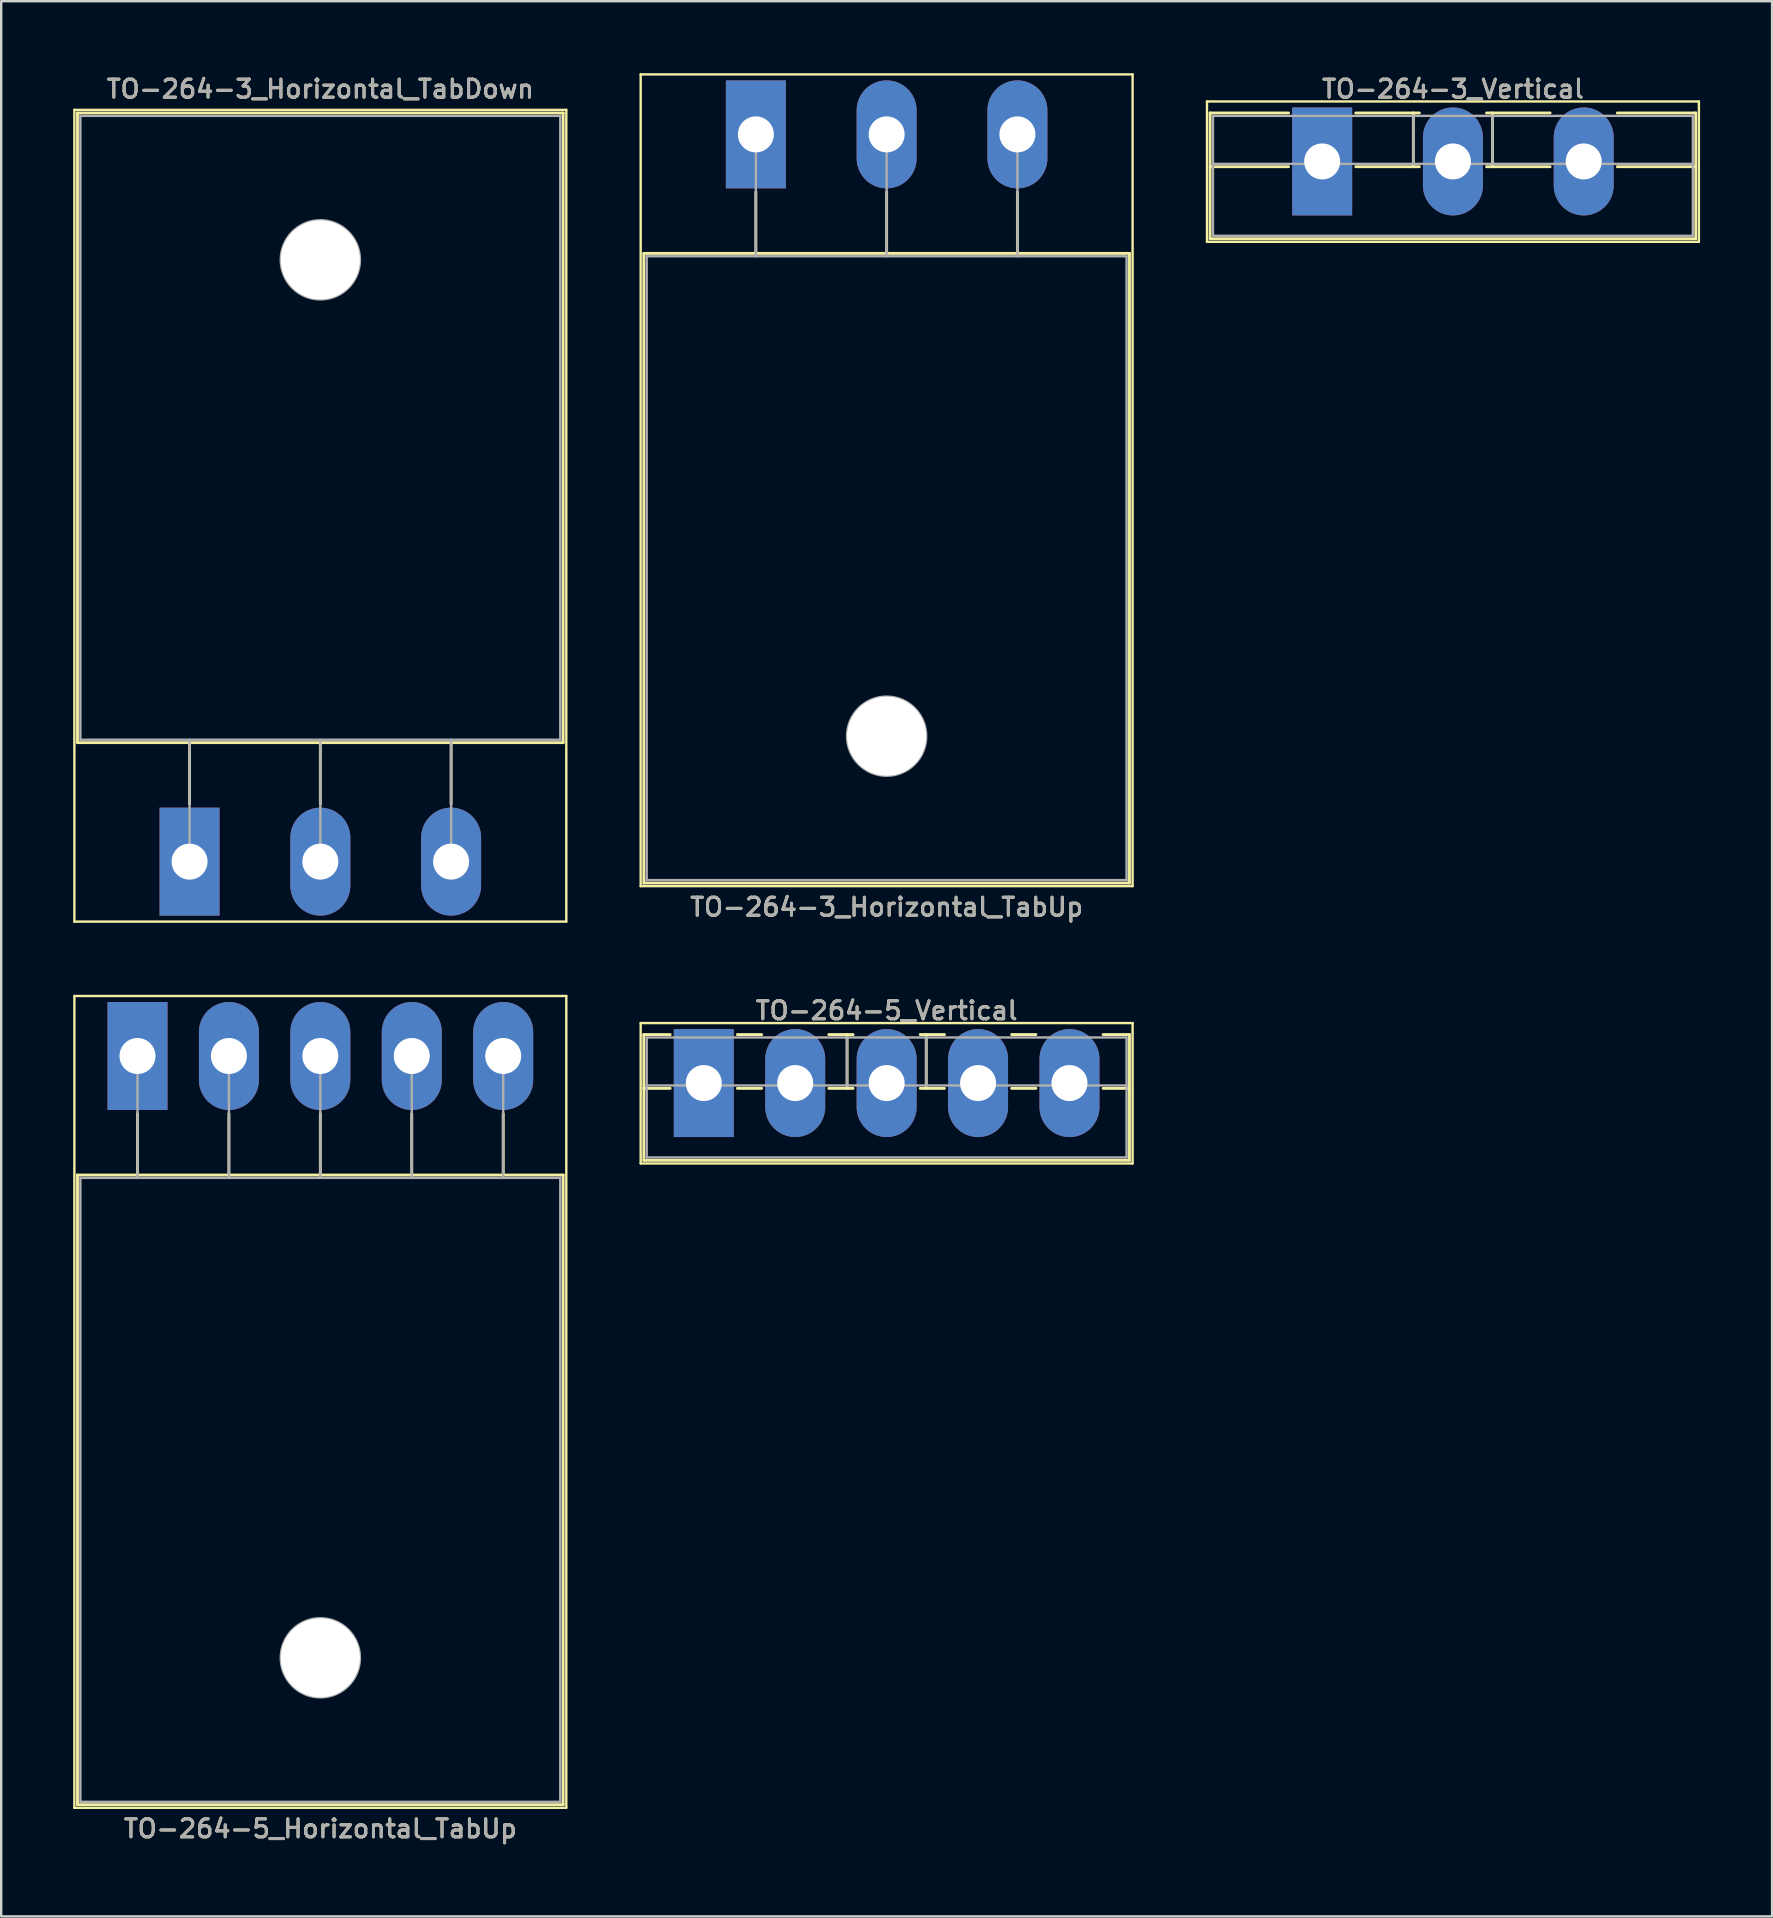
<source format=kicad_pcb>
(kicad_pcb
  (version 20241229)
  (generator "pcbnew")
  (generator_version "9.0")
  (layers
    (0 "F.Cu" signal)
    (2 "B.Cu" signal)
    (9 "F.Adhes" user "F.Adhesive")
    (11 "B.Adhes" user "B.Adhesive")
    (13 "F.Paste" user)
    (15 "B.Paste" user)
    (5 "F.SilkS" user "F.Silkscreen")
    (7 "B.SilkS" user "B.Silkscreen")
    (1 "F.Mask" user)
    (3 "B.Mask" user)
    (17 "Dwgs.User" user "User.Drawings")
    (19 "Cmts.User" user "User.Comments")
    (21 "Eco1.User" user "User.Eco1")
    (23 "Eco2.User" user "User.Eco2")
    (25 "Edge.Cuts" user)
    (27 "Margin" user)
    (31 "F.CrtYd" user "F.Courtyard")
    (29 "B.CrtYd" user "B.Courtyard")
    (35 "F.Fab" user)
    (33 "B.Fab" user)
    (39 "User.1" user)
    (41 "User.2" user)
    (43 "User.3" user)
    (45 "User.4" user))
  (footprint "TO-264-5_Horizontal_TabUp"
    (layer "F.Cu")
    (at 2.68 40.958)
    (property "Reference" "TO-264-5_Horizontal_TabUp" (at 7.62 32.2 0) (layer "F.SilkS") (effects (font (size 0.75 0.75) (thickness 0.125))))
    (attr through_hole)
    (fp_line (start -2.63 -2.5) (end -2.63 31.33) (stroke (width 0.1) (type solid)) (layer "F.SilkS"))
    (fp_line (start -2.63 31.33) (end 17.87 31.33) (stroke (width 0.1) (type solid)) (layer "F.SilkS"))
    (fp_line (start -2.5 4.96) (end -2.5 31.2) (stroke (width 0.12) (type solid)) (layer "F.SilkS"))
    (fp_line (start -2.5 4.96) (end 17.74 4.96) (stroke (width 0.12) (type solid)) (layer "F.SilkS"))
    (fp_line (start -2.5 31.2) (end 17.74 31.2) (stroke (width 0.12) (type solid)) (layer "F.SilkS"))
    (fp_line (start 0 2.4) (end 0 4.96) (stroke (width 0.12) (type solid)) (layer "F.SilkS"))
    (fp_line (start 3.81 2.4) (end 3.81 4.96) (stroke (width 0.12) (type solid)) (layer "F.SilkS"))
    (fp_line (start 7.62 2.4) (end 7.62 4.96) (stroke (width 0.12) (type solid)) (layer "F.SilkS"))
    (fp_line (start 11.43 2.4) (end 11.43 4.96) (stroke (width 0.12) (type solid)) (layer "F.SilkS"))
    (fp_line (start 15.24 2.4) (end 15.24 4.96) (stroke (width 0.12) (type solid)) (layer "F.SilkS"))
    (fp_line (start 17.74 4.96) (end 17.74 31.2) (stroke (width 0.12) (type solid)) (layer "F.SilkS"))
    (fp_line (start 17.87 -2.5) (end -2.63 -2.5) (stroke (width 0.1) (type solid)) (layer "F.SilkS"))
    (fp_line (start 17.87 31.33) (end 17.87 -2.5) (stroke (width 0.1) (type solid)) (layer "F.SilkS"))
    (fp_line (start -2.38 5.08) (end -2.38 31.08) (stroke (width 0.1) (type solid)) (layer "F.Fab"))
    (fp_line (start -2.38 31.08) (end 17.62 31.08) (stroke (width 0.1) (type solid)) (layer "F.Fab"))
    (fp_line (start 0 5.08) (end 0 0) (stroke (width 0.1) (type solid)) (layer "F.Fab"))
    (fp_line (start 3.81 5.08) (end 3.81 0) (stroke (width 0.1) (type solid)) (layer "F.Fab"))
    (fp_line (start 7.62 5.08) (end 7.62 0) (stroke (width 0.1) (type solid)) (layer "F.Fab"))
    (fp_line (start 11.43 5.08) (end 11.43 0) (stroke (width 0.1) (type solid)) (layer "F.Fab"))
    (fp_line (start 15.24 5.08) (end 15.24 0) (stroke (width 0.1) (type solid)) (layer "F.Fab"))
    (fp_line (start 17.62 5.08) (end -2.38 5.08) (stroke (width 0.1) (type solid)) (layer "F.Fab"))
    (fp_line (start 17.62 31.08) (end 17.62 5.08) (stroke (width 0.1) (type solid)) (layer "F.Fab"))
    (fp_circle (center 7.62 25.08) (end 9.27 25.08) (stroke (width 0.1) (type solid)) (fill no) (layer "F.Fab"))
    (fp_text user "${REFERENCE}" (at 7.62 32.2 0) (layer "F.Fab") (effects (font (size 0.75 0.75) (thickness 0.125))))
    (pad "" np_thru_hole circle (at 7.62 25.08) (size 3.3 3.3) (drill 3.3) (layers "*.Cu" "*.Mask"))
    (pad "1" thru_hole rect (at 0 0) (size 2.5 4.5) (drill 1.5) (layers "*.Cu" "*.Mask"))
    (pad "2" thru_hole oval (at 3.81 0) (size 2.5 4.5) (drill 1.5) (layers "*.Cu" "*.Mask"))
    (pad "3" thru_hole oval (at 7.62 0) (size 2.5 4.5) (drill 1.5) (layers "*.Cu" "*.Mask"))
    (pad "4" thru_hole oval (at 11.43 0) (size 2.5 4.5) (drill 1.5) (layers "*.Cu" "*.Mask"))
    (pad "5" thru_hole oval (at 15.24 0) (size 2.5 4.5) (drill 1.5) (layers "*.Cu" "*.Mask")))
  (footprint "TO-264-3_Horizontal_TabUp"
    (layer "F.Cu")
    (at 28.45 2.55)
    (property "Reference" "TO-264-3_Horizontal_TabUp" (at 5.45 32.2 0) (layer "F.SilkS") (effects (font (size 0.75 0.75) (thickness 0.125))))
    (attr through_hole)
    (fp_line (start -4.8 -2.5) (end -4.8 31.33) (stroke (width 0.1) (type solid)) (layer "F.SilkS"))
    (fp_line (start -4.8 31.33) (end 15.7 31.33) (stroke (width 0.1) (type solid)) (layer "F.SilkS"))
    (fp_line (start -4.67 4.96) (end -4.67 31.2) (stroke (width 0.12) (type solid)) (layer "F.SilkS"))
    (fp_line (start -4.67 4.96) (end 15.57 4.96) (stroke (width 0.12) (type solid)) (layer "F.SilkS"))
    (fp_line (start -4.67 31.2) (end 15.57 31.2) (stroke (width 0.12) (type solid)) (layer "F.SilkS"))
    (fp_line (start 0 2.4) (end 0 4.96) (stroke (width 0.12) (type solid)) (layer "F.SilkS"))
    (fp_line (start 5.45 2.4) (end 5.45 4.96) (stroke (width 0.12) (type solid)) (layer "F.SilkS"))
    (fp_line (start 10.9 2.4) (end 10.9 4.96) (stroke (width 0.12) (type solid)) (layer "F.SilkS"))
    (fp_line (start 15.57 4.96) (end 15.57 31.2) (stroke (width 0.12) (type solid)) (layer "F.SilkS"))
    (fp_line (start 15.7 -2.5) (end -4.8 -2.5) (stroke (width 0.1) (type solid)) (layer "F.SilkS"))
    (fp_line (start 15.7 31.33) (end 15.7 -2.5) (stroke (width 0.1) (type solid)) (layer "F.SilkS"))
    (fp_line (start -4.55 5.08) (end -4.55 31.08) (stroke (width 0.1) (type solid)) (layer "F.Fab"))
    (fp_line (start -4.55 31.08) (end 15.45 31.08) (stroke (width 0.1) (type solid)) (layer "F.Fab"))
    (fp_line (start 0 5.08) (end 0 0) (stroke (width 0.1) (type solid)) (layer "F.Fab"))
    (fp_line (start 5.45 5.08) (end 5.45 0) (stroke (width 0.1) (type solid)) (layer "F.Fab"))
    (fp_line (start 10.9 5.08) (end 10.9 0) (stroke (width 0.1) (type solid)) (layer "F.Fab"))
    (fp_line (start 15.45 5.08) (end -4.55 5.08) (stroke (width 0.1) (type solid)) (layer "F.Fab"))
    (fp_line (start 15.45 31.08) (end 15.45 5.08) (stroke (width 0.1) (type solid)) (layer "F.Fab"))
    (fp_circle (center 5.45 25.08) (end 7.1 25.08) (stroke (width 0.1) (type solid)) (fill no) (layer "F.Fab"))
    (fp_text user "${REFERENCE}" (at 5.45 32.2 0) (layer "F.Fab") (effects (font (size 0.75 0.75) (thickness 0.125))))
    (pad "" np_thru_hole circle (at 5.45 25.08) (size 3.3 3.3) (drill 3.3) (layers "*.Cu" "*.Mask"))
    (pad "1" thru_hole rect (at 0 0) (size 2.5 4.5) (drill 1.5) (layers "*.Cu" "*.Mask"))
    (pad "2" thru_hole oval (at 5.45 0) (size 2.5 4.5) (drill 1.5) (layers "*.Cu" "*.Mask"))
    (pad "3" thru_hole oval (at 10.9 0) (size 2.5 4.5) (drill 1.5) (layers "*.Cu" "*.Mask")))
  (footprint "TO-264-5_Vertical"
    (layer "F.Cu")
    (at 26.28 42.086)
    (property "Reference" "TO-264-5_Vertical" (at 7.62 -3.02 0) (layer "F.SilkS") (effects (font (size 0.75 0.75) (thickness 0.125))))
    (attr through_hole)
    (fp_line (start -2.63 -2.5) (end -2.63 3.35) (stroke (width 0.1) (type solid)) (layer "F.SilkS"))
    (fp_line (start -2.63 3.35) (end 17.87 3.35) (stroke (width 0.1) (type solid)) (layer "F.SilkS"))
    (fp_line (start -2.5 -2.021) (end -2.5 3.22) (stroke (width 0.12) (type solid)) (layer "F.SilkS"))
    (fp_line (start -2.5 -2.021) (end -1.4 -2.021) (stroke (width 0.12) (type solid)) (layer "F.SilkS"))
    (fp_line (start -2.5 0.22) (end -1.4 0.22) (stroke (width 0.12) (type solid)) (layer "F.SilkS"))
    (fp_line (start -2.5 3.22) (end 17.74 3.22) (stroke (width 0.12) (type solid)) (layer "F.SilkS"))
    (fp_line (start 1.4 -2.021) (end 2.41 -2.021) (stroke (width 0.12) (type solid)) (layer "F.SilkS"))
    (fp_line (start 1.4 0.22) (end 2.41 0.22) (stroke (width 0.12) (type solid)) (layer "F.SilkS"))
    (fp_line (start 5.21 -2.021) (end 6.221 -2.021) (stroke (width 0.12) (type solid)) (layer "F.SilkS"))
    (fp_line (start 5.21 0.22) (end 6.221 0.22) (stroke (width 0.12) (type solid)) (layer "F.SilkS"))
    (fp_line (start 5.971 -2.021) (end 5.971 0.22) (stroke (width 0.12) (type solid)) (layer "F.SilkS"))
    (fp_line (start 9.02 -2.021) (end 10.03 -2.021) (stroke (width 0.12) (type solid)) (layer "F.SilkS"))
    (fp_line (start 9.02 0.22) (end 10.03 0.22) (stroke (width 0.12) (type solid)) (layer "F.SilkS"))
    (fp_line (start 9.27 -2.021) (end 9.27 0.22) (stroke (width 0.12) (type solid)) (layer "F.SilkS"))
    (fp_line (start 12.83 -2.021) (end 13.84 -2.021) (stroke (width 0.12) (type solid)) (layer "F.SilkS"))
    (fp_line (start 12.83 0.22) (end 13.84 0.22) (stroke (width 0.12) (type solid)) (layer "F.SilkS"))
    (fp_line (start 16.64 -2.021) (end 17.74 -2.021) (stroke (width 0.12) (type solid)) (layer "F.SilkS"))
    (fp_line (start 16.64 0.22) (end 17.74 0.22) (stroke (width 0.12) (type solid)) (layer "F.SilkS"))
    (fp_line (start 17.74 -2.021) (end 17.74 3.22) (stroke (width 0.12) (type solid)) (layer "F.SilkS"))
    (fp_line (start 17.87 -2.5) (end -2.63 -2.5) (stroke (width 0.1) (type solid)) (layer "F.SilkS"))
    (fp_line (start 17.87 3.35) (end 17.87 -2.5) (stroke (width 0.1) (type solid)) (layer "F.SilkS"))
    (fp_line (start -2.38 -1.9) (end -2.38 3.1) (stroke (width 0.1) (type solid)) (layer "F.Fab"))
    (fp_line (start -2.38 0.1) (end 17.62 0.1) (stroke (width 0.1) (type solid)) (layer "F.Fab"))
    (fp_line (start -2.38 3.1) (end 17.62 3.1) (stroke (width 0.1) (type solid)) (layer "F.Fab"))
    (fp_line (start 5.97 -1.9) (end 5.97 0.1) (stroke (width 0.1) (type solid)) (layer "F.Fab"))
    (fp_line (start 9.27 -1.9) (end 9.27 0.1) (stroke (width 0.1) (type solid)) (layer "F.Fab"))
    (fp_line (start 17.62 -1.9) (end -2.38 -1.9) (stroke (width 0.1) (type solid)) (layer "F.Fab"))
    (fp_line (start 17.62 3.1) (end 17.62 -1.9) (stroke (width 0.1) (type solid)) (layer "F.Fab"))
    (fp_text user "${REFERENCE}" (at 7.62 -3.02 0) (layer "F.Fab") (effects (font (size 0.75 0.75) (thickness 0.125))))
    (pad "1" thru_hole rect (at 0 0) (size 2.5 4.5) (drill 1.5) (layers "*.Cu" "*.Mask"))
    (pad "2" thru_hole oval (at 3.81 0) (size 2.5 4.5) (drill 1.5) (layers "*.Cu" "*.Mask"))
    (pad "3" thru_hole oval (at 7.62 0) (size 2.5 4.5) (drill 1.5) (layers "*.Cu" "*.Mask"))
    (pad "4" thru_hole oval (at 11.43 0) (size 2.5 4.5) (drill 1.5) (layers "*.Cu" "*.Mask"))
    (pad "5" thru_hole oval (at 15.24 0) (size 2.5 4.5) (drill 1.5) (layers "*.Cu" "*.Mask")))
  (footprint "TO-264-3_Horizontal_TabDown"
    (layer "F.Cu")
    (at 4.85 32.858)
    (property "Reference" "TO-264-3_Horizontal_TabDown" (at 5.45 -32.2 0) (layer "F.SilkS") (effects (font (size 0.75 0.75) (thickness 0.125))))
    (attr through_hole)
    (fp_line (start -4.8 -31.33) (end -4.8 2.5) (stroke (width 0.1) (type solid)) (layer "F.SilkS"))
    (fp_line (start -4.8 2.5) (end 15.7 2.5) (stroke (width 0.1) (type solid)) (layer "F.SilkS"))
    (fp_line (start -4.67 -31.2) (end -4.67 -4.96) (stroke (width 0.12) (type solid)) (layer "F.SilkS"))
    (fp_line (start -4.67 -31.2) (end 15.57 -31.2) (stroke (width 0.12) (type solid)) (layer "F.SilkS"))
    (fp_line (start -4.67 -4.96) (end 15.57 -4.96) (stroke (width 0.12) (type solid)) (layer "F.SilkS"))
    (fp_line (start 0 -4.96) (end 0 -2.4) (stroke (width 0.12) (type solid)) (layer "F.SilkS"))
    (fp_line (start 5.45 -4.96) (end 5.45 -2.4) (stroke (width 0.12) (type solid)) (layer "F.SilkS"))
    (fp_line (start 10.9 -4.96) (end 10.9 -2.4) (stroke (width 0.12) (type solid)) (layer "F.SilkS"))
    (fp_line (start 15.57 -31.2) (end 15.57 -4.96) (stroke (width 0.12) (type solid)) (layer "F.SilkS"))
    (fp_line (start 15.7 -31.33) (end -4.8 -31.33) (stroke (width 0.1) (type solid)) (layer "F.SilkS"))
    (fp_line (start 15.7 2.5) (end 15.7 -31.33) (stroke (width 0.1) (type solid)) (layer "F.SilkS"))
    (fp_line (start -4.55 -31.08) (end 15.45 -31.08) (stroke (width 0.1) (type solid)) (layer "F.Fab"))
    (fp_line (start -4.55 -5.08) (end -4.55 -31.08) (stroke (width 0.1) (type solid)) (layer "F.Fab"))
    (fp_line (start 0 -5.08) (end 0 0) (stroke (width 0.1) (type solid)) (layer "F.Fab"))
    (fp_line (start 5.45 -5.08) (end 5.45 0) (stroke (width 0.1) (type solid)) (layer "F.Fab"))
    (fp_line (start 10.9 -5.08) (end 10.9 0) (stroke (width 0.1) (type solid)) (layer "F.Fab"))
    (fp_line (start 15.45 -31.08) (end 15.45 -5.08) (stroke (width 0.1) (type solid)) (layer "F.Fab"))
    (fp_line (start 15.45 -5.08) (end -4.55 -5.08) (stroke (width 0.1) (type solid)) (layer "F.Fab"))
    (fp_circle (center 5.45 -25.08) (end 7.1 -25.08) (stroke (width 0.1) (type solid)) (fill no) (layer "F.Fab"))
    (fp_text user "${REFERENCE}" (at 5.45 -32.2 0) (layer "F.Fab") (effects (font (size 0.75 0.75) (thickness 0.125))))
    (pad "" np_thru_hole circle (at 5.45 -25.08) (size 3.3 3.3) (drill 3.3) (layers "*.Cu" "*.Mask"))
    (pad "1" thru_hole rect (at 0 0) (size 2.5 4.5) (drill 1.5) (layers "*.Cu" "*.Mask"))
    (pad "2" thru_hole oval (at 5.45 0) (size 2.5 4.5) (drill 1.5) (layers "*.Cu" "*.Mask"))
    (pad "3" thru_hole oval (at 10.9 0) (size 2.5 4.5) (drill 1.5) (layers "*.Cu" "*.Mask")))
  (footprint "TO-264-3_Vertical"
    (layer "F.Cu")
    (at 52.05 3.678)
    (property "Reference" "TO-264-3_Vertical" (at 5.45 -3.02 0) (layer "F.SilkS") (effects (font (size 0.75 0.75) (thickness 0.125))))
    (attr through_hole)
    (fp_line (start -4.8 -2.5) (end -4.8 3.35) (stroke (width 0.1) (type solid)) (layer "F.SilkS"))
    (fp_line (start -4.8 3.35) (end 15.7 3.35) (stroke (width 0.1) (type solid)) (layer "F.SilkS"))
    (fp_line (start -4.67 -2.021) (end -4.67 3.22) (stroke (width 0.12) (type solid)) (layer "F.SilkS"))
    (fp_line (start -4.67 -2.021) (end -1.4 -2.021) (stroke (width 0.12) (type solid)) (layer "F.SilkS"))
    (fp_line (start -4.67 0.22) (end -1.4 0.22) (stroke (width 0.12) (type solid)) (layer "F.SilkS"))
    (fp_line (start -4.67 3.22) (end 15.57 3.22) (stroke (width 0.12) (type solid)) (layer "F.SilkS"))
    (fp_line (start 1.4 -2.021) (end 4.051 -2.021) (stroke (width 0.12) (type solid)) (layer "F.SilkS"))
    (fp_line (start 1.4 0.22) (end 4.051 0.22) (stroke (width 0.12) (type solid)) (layer "F.SilkS"))
    (fp_line (start 3.8 -2.021) (end 3.8 0.22) (stroke (width 0.12) (type solid)) (layer "F.SilkS"))
    (fp_line (start 6.85 -2.021) (end 9.5 -2.021) (stroke (width 0.12) (type solid)) (layer "F.SilkS"))
    (fp_line (start 6.85 0.22) (end 9.5 0.22) (stroke (width 0.12) (type solid)) (layer "F.SilkS"))
    (fp_line (start 7.1 -2.021) (end 7.1 0.22) (stroke (width 0.12) (type solid)) (layer "F.SilkS"))
    (fp_line (start 12.3 -2.021) (end 15.57 -2.021) (stroke (width 0.12) (type solid)) (layer "F.SilkS"))
    (fp_line (start 12.3 0.22) (end 15.57 0.22) (stroke (width 0.12) (type solid)) (layer "F.SilkS"))
    (fp_line (start 15.57 -2.021) (end 15.57 3.22) (stroke (width 0.12) (type solid)) (layer "F.SilkS"))
    (fp_line (start 15.7 -2.5) (end -4.8 -2.5) (stroke (width 0.1) (type solid)) (layer "F.SilkS"))
    (fp_line (start 15.7 3.35) (end 15.7 -2.5) (stroke (width 0.1) (type solid)) (layer "F.SilkS"))
    (fp_line (start -4.55 -1.9) (end -4.55 3.1) (stroke (width 0.1) (type solid)) (layer "F.Fab"))
    (fp_line (start -4.55 0.1) (end 15.45 0.1) (stroke (width 0.1) (type solid)) (layer "F.Fab"))
    (fp_line (start -4.55 3.1) (end 15.45 3.1) (stroke (width 0.1) (type solid)) (layer "F.Fab"))
    (fp_line (start 3.8 -1.9) (end 3.8 0.1) (stroke (width 0.1) (type solid)) (layer "F.Fab"))
    (fp_line (start 7.1 -1.9) (end 7.1 0.1) (stroke (width 0.1) (type solid)) (layer "F.Fab"))
    (fp_line (start 15.45 -1.9) (end -4.55 -1.9) (stroke (width 0.1) (type solid)) (layer "F.Fab"))
    (fp_line (start 15.45 3.1) (end 15.45 -1.9) (stroke (width 0.1) (type solid)) (layer "F.Fab"))
    (fp_text user "${REFERENCE}" (at 5.45 -3.02 0) (layer "F.Fab") (effects (font (size 0.75 0.75) (thickness 0.125))))
    (pad "1" thru_hole rect (at 0 0) (size 2.5 4.5) (drill 1.5) (layers "*.Cu" "*.Mask"))
    (pad "2" thru_hole oval (at 5.45 0) (size 2.5 4.5) (drill 1.5) (layers "*.Cu" "*.Mask"))
    (pad "3" thru_hole oval (at 10.9 0) (size 2.5 4.5) (drill 1.5) (layers "*.Cu" "*.Mask")))
  (gr_rect
    (start -3 -3)
    (end 70.8 76.816)
    (stroke (width 0.1) (type default))
    (fill no)
    (layer "Edge.Cuts")))
</source>
